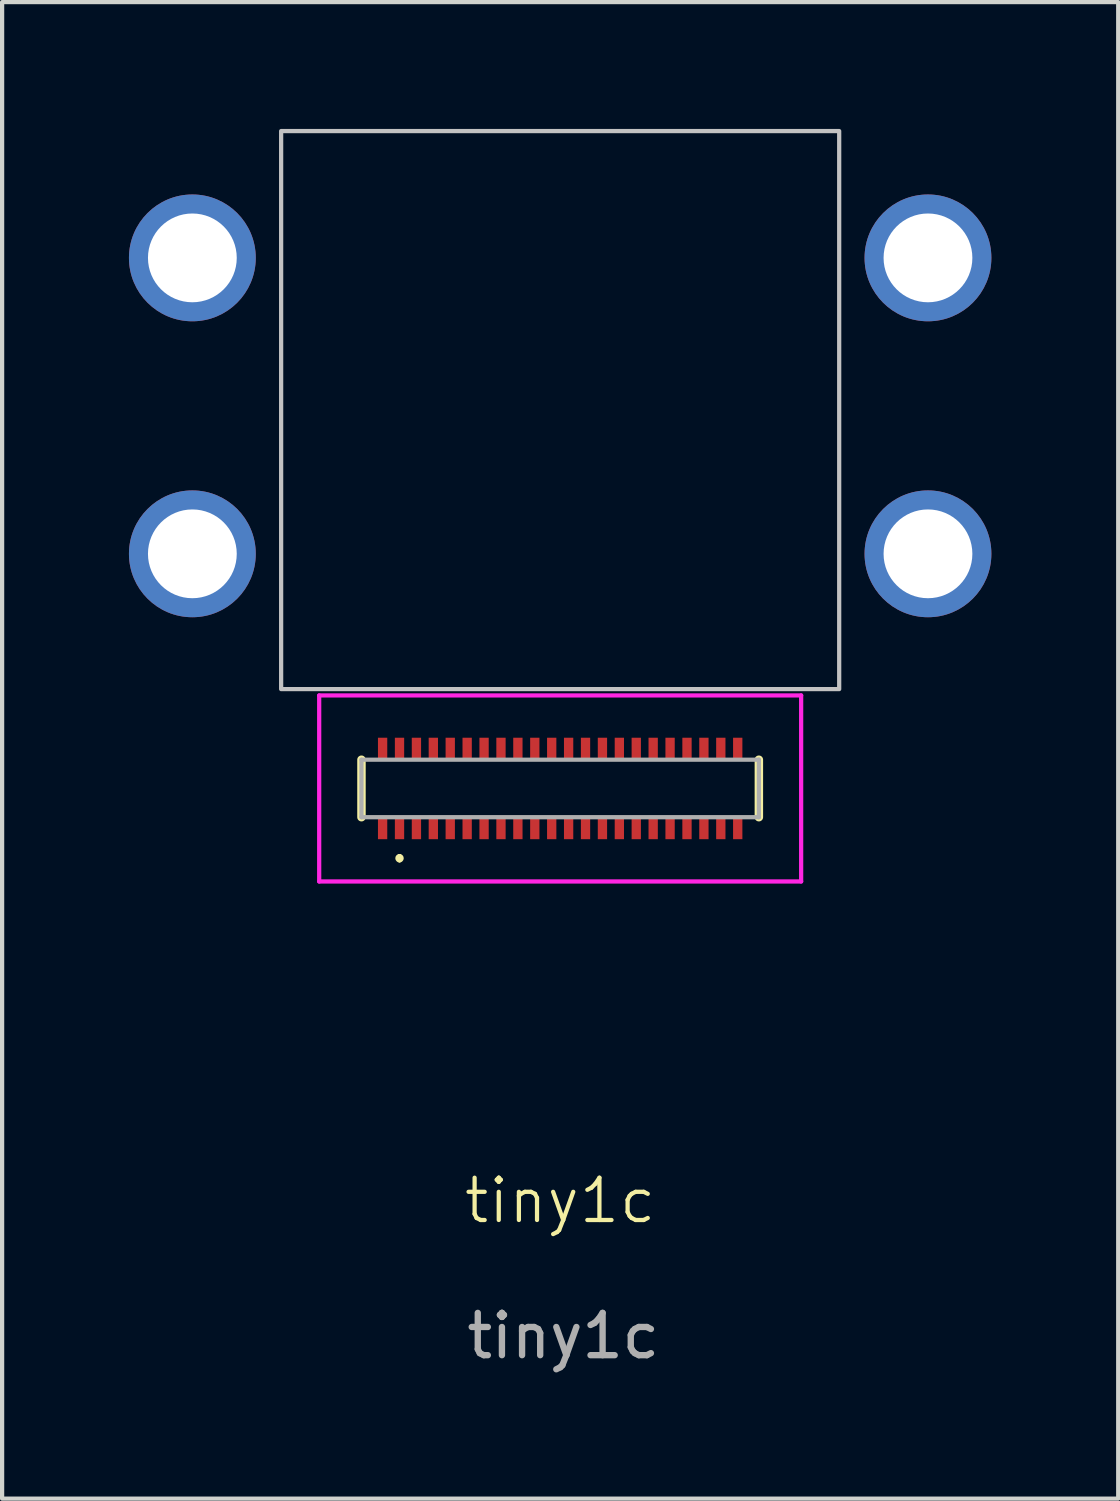
<source format=kicad_pcb>
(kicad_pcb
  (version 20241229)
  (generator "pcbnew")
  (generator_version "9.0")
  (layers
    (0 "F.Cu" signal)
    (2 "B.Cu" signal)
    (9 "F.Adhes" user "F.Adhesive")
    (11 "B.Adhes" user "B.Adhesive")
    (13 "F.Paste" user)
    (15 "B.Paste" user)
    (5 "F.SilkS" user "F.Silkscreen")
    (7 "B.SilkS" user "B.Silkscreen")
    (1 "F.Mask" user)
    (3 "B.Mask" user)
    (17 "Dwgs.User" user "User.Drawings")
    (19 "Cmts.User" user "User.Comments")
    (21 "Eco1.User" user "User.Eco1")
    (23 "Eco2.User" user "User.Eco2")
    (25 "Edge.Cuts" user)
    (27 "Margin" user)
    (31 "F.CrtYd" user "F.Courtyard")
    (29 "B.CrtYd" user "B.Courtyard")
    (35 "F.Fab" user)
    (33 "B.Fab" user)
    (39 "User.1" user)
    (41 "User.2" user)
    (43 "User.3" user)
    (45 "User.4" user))
  (footprint "tiny1c"
    (layer "F.Cu")
    (at 10.2 15.6)
    (property "Reference" "tiny1c" (at 0 9.75 0) (unlocked yes) (layer "F.SilkS") (effects (font (size 1 1) (thickness 0.1))))
    (attr smd)
    (fp_line (start -4.7 -0.68) (end -4.7 0.68) (stroke (width 0.2) (type solid)) (layer "F.SilkS"))
    (fp_line (start -3.8 1.6) (end -3.8 1.6) (stroke (width 0.1) (type solid)) (layer "F.SilkS"))
    (fp_line (start -3.8 1.7) (end -3.8 1.7) (stroke (width 0.1) (type solid)) (layer "F.SilkS"))
    (fp_line (start 4.7 -0.68) (end 4.7 0.68) (stroke (width 0.2) (type solid)) (layer "F.SilkS"))
    (fp_arc (start -3.8 1.6) (mid -3.75 1.65) (end -3.8 1.7) (stroke (width 0.1) (type solid)) (layer "F.SilkS"))
    (fp_arc (start -3.8 1.7) (mid -3.85 1.65) (end -3.8 1.6) (stroke (width 0.1) (type solid)) (layer "F.SilkS"))
    (fp_rect (start -6.6 -15.55) (end 6.6 -2.35) (stroke (width 0.1) (type solid)) (fill no) (layer "Dwgs.User"))
    (fp_line (start -5.7 -2.2) (end 5.7 -2.2) (stroke (width 0.1) (type solid)) (layer "F.CrtYd"))
    (fp_line (start -5.7 2.2) (end -5.7 -2.2) (stroke (width 0.1) (type solid)) (layer "F.CrtYd"))
    (fp_line (start 5.7 -2.2) (end 5.7 2.2) (stroke (width 0.1) (type solid)) (layer "F.CrtYd"))
    (fp_line (start 5.7 2.2) (end -5.7 2.2) (stroke (width 0.1) (type solid)) (layer "F.CrtYd"))
    (fp_line (start -4.7 -0.68) (end 4.7 -0.68) (stroke (width 0.1) (type solid)) (layer "F.Fab"))
    (fp_line (start -4.7 0.68) (end -4.7 -0.68) (stroke (width 0.1) (type solid)) (layer "F.Fab"))
    (fp_line (start 4.7 -0.68) (end 4.7 0.68) (stroke (width 0.1) (type solid)) (layer "F.Fab"))
    (fp_line (start 4.7 0.68) (end -4.7 0.68) (stroke (width 0.1) (type solid)) (layer "F.Fab"))
    (fp_text user "${REFERENCE}" (at 0.075 12.95 0) (unlocked yes) (layer "F.Fab") (effects (font (size 1 1) (thickness 0.15))))
    (pad "1" smd rect (at -3.8 0.925) (size 0.22 0.55) (layers "F.Cu" "F.Mask" "F.Paste"))
    (pad "2" smd rect (at -3.4 0.925) (size 0.22 0.55) (layers "F.Cu" "F.Mask" "F.Paste"))
    (pad "3" smd rect (at -3 0.925) (size 0.22 0.55) (layers "F.Cu" "F.Mask" "F.Paste"))
    (pad "4" smd rect (at -2.6 0.925) (size 0.22 0.55) (layers "F.Cu" "F.Mask" "F.Paste"))
    (pad "5" smd rect (at -2.2 0.925) (size 0.22 0.55) (layers "F.Cu" "F.Mask" "F.Paste"))
    (pad "6" smd rect (at -1.8 0.925) (size 0.22 0.55) (layers "F.Cu" "F.Mask" "F.Paste"))
    (pad "7" smd rect (at -1.4 0.925) (size 0.22 0.55) (layers "F.Cu" "F.Mask" "F.Paste"))
    (pad "8" smd rect (at -1 0.925) (size 0.22 0.55) (layers "F.Cu" "F.Mask" "F.Paste"))
    (pad "9" smd rect (at -0.6 0.925) (size 0.22 0.55) (layers "F.Cu" "F.Mask" "F.Paste"))
    (pad "10" smd rect (at -0.2 0.925) (size 0.22 0.55) (layers "F.Cu" "F.Mask" "F.Paste"))
    (pad "11" smd rect (at 0.2 0.925) (size 0.22 0.55) (layers "F.Cu" "F.Mask" "F.Paste"))
    (pad "12" smd rect (at 0.6 0.925) (size 0.22 0.55) (layers "F.Cu" "F.Mask" "F.Paste"))
    (pad "13" smd rect (at 1 0.925) (size 0.22 0.55) (layers "F.Cu" "F.Mask" "F.Paste"))
    (pad "14" smd rect (at 1.4 0.925) (size 0.22 0.55) (layers "F.Cu" "F.Mask" "F.Paste"))
    (pad "15" smd rect (at 1.8 0.925) (size 0.22 0.55) (layers "F.Cu" "F.Mask" "F.Paste"))
    (pad "16" smd rect (at 2.2 0.925) (size 0.22 0.55) (layers "F.Cu" "F.Mask" "F.Paste"))
    (pad "17" smd rect (at 2.6 0.925) (size 0.22 0.55) (layers "F.Cu" "F.Mask" "F.Paste"))
    (pad "18" smd rect (at 3 0.925) (size 0.22 0.55) (layers "F.Cu" "F.Mask" "F.Paste"))
    (pad "19" smd rect (at 3.4 0.925) (size 0.22 0.55) (layers "F.Cu" "F.Mask" "F.Paste"))
    (pad "20" smd rect (at 3.8 0.925) (size 0.22 0.55) (layers "F.Cu" "F.Mask" "F.Paste"))
    (pad "21" smd rect (at 3.8 -0.925) (size 0.22 0.55) (layers "F.Cu" "F.Mask" "F.Paste"))
    (pad "22" smd rect (at 3.4 -0.925) (size 0.22 0.55) (layers "F.Cu" "F.Mask" "F.Paste"))
    (pad "23" smd rect (at 3 -0.925) (size 0.22 0.55) (layers "F.Cu" "F.Mask" "F.Paste"))
    (pad "24" smd rect (at 2.6 -0.925) (size 0.22 0.55) (layers "F.Cu" "F.Mask" "F.Paste"))
    (pad "25" smd rect (at 2.2 -0.925) (size 0.22 0.55) (layers "F.Cu" "F.Mask" "F.Paste"))
    (pad "26" smd rect (at 1.8 -0.925) (size 0.22 0.55) (layers "F.Cu" "F.Mask" "F.Paste"))
    (pad "27" smd rect (at 1.4 -0.925) (size 0.22 0.55) (layers "F.Cu" "F.Mask" "F.Paste"))
    (pad "28" smd rect (at 1 -0.925) (size 0.22 0.55) (layers "F.Cu" "F.Mask" "F.Paste"))
    (pad "29" smd rect (at 0.6 -0.925) (size 0.22 0.55) (layers "F.Cu" "F.Mask" "F.Paste"))
    (pad "30" smd rect (at 0.2 -0.925) (size 0.22 0.55) (layers "F.Cu" "F.Mask" "F.Paste"))
    (pad "31" smd rect (at -0.2 -0.925) (size 0.22 0.55) (layers "F.Cu" "F.Mask" "F.Paste"))
    (pad "32" smd rect (at -0.6 -0.925) (size 0.22 0.55) (layers "F.Cu" "F.Mask" "F.Paste"))
    (pad "33" smd rect (at -1 -0.925) (size 0.22 0.55) (layers "F.Cu" "F.Mask" "F.Paste"))
    (pad "34" smd rect (at -1.4 -0.925) (size 0.22 0.55) (layers "F.Cu" "F.Mask" "F.Paste"))
    (pad "35" smd rect (at -1.8 -0.925) (size 0.22 0.55) (layers "F.Cu" "F.Mask" "F.Paste"))
    (pad "36" smd rect (at -2.2 -0.925) (size 0.22 0.55) (layers "F.Cu" "F.Mask" "F.Paste"))
    (pad "37" smd rect (at -2.6 -0.925) (size 0.22 0.55) (layers "F.Cu" "F.Mask" "F.Paste"))
    (pad "38" smd rect (at -3 -0.925) (size 0.22 0.55) (layers "F.Cu" "F.Mask" "F.Paste"))
    (pad "39" smd rect (at -3.4 -0.925) (size 0.22 0.55) (layers "F.Cu" "F.Mask" "F.Paste"))
    (pad "40" smd rect (at -3.8 -0.925) (size 0.22 0.55) (layers "F.Cu" "F.Mask" "F.Paste"))
    (pad "41" smd rect (at -4.2 0.925) (size 0.22 0.55) (layers "F.Cu" "F.Mask" "F.Paste"))
    (pad "42" smd rect (at -4.2 -0.925) (size 0.22 0.55) (layers "F.Cu" "F.Mask" "F.Paste"))
    (pad "43" smd rect (at 4.2 0.925) (size 0.22 0.55) (layers "F.Cu" "F.Mask" "F.Paste"))
    (pad "44" thru_hole circle (at -8.7 -12.55) (size 3 3) (drill 2.1) (layers "*.Cu" "*.Mask"))
    (pad "44" thru_hole circle (at -8.7 -5.55) (size 3 3) (drill 2.1) (layers "*.Cu" "*.Mask"))
    (pad "44" smd rect (at 4.2 -0.925) (size 0.22 0.55) (layers "F.Cu" "F.Mask" "F.Paste"))
    (pad "44" thru_hole circle (at 8.7 -12.55) (size 3 3) (drill 2.1) (layers "*.Cu" "*.Mask"))
    (pad "44" thru_hole circle (at 8.7 -5.55) (size 3 3) (drill 2.1) (layers "*.Cu" "*.Mask")))
  (gr_rect
    (start -3 -3)
    (end 23.4 32.398)
    (stroke (width 0.1) (type default))
    (fill no)
    (layer "Edge.Cuts")))
</source>
